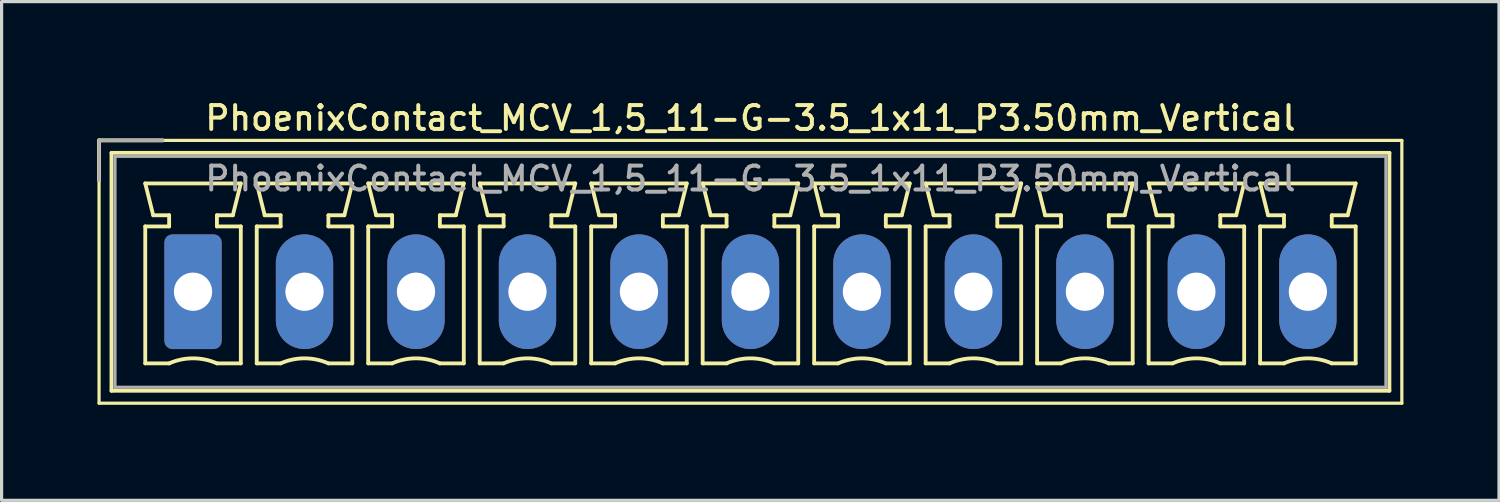
<source format=kicad_pcb>
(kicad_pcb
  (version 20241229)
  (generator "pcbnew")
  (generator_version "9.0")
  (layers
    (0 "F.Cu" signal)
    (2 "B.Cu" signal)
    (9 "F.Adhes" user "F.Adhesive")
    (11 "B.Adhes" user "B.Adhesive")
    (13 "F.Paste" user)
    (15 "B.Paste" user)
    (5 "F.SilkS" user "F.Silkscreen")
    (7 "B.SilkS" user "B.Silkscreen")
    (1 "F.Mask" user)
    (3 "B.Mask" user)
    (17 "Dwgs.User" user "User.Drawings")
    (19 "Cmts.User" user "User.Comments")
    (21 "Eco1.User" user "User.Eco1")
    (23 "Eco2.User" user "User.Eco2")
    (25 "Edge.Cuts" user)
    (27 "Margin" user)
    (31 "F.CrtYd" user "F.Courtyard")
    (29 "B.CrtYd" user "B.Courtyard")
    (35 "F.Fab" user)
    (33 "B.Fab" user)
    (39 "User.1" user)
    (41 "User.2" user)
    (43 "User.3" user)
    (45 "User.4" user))
  (footprint "PhoenixContact_MCV_1,5_11-G-3.5_1x11_P3.50mm_Vertical"
    (layer "F.Cu")
    (at 3.01 6.108)
    (property "Reference" "PhoenixContact_MCV_1,5_11-G-3.5_1x11_P3.50mm_Vertical" (at 17.5 -5.45 0) (layer "F.SilkS") (effects (font (size 0.75 0.75) (thickness 0.125))))
    (attr through_hole)
    (fp_line (start -2.95 -4.75) (end -2.95 3.5) (stroke (width 0.1) (type solid)) (layer "F.SilkS"))
    (fp_line (start -2.95 -4.75) (end -0.95 -4.75) (stroke (width 0.12) (type solid)) (layer "F.SilkS"))
    (fp_line (start -2.95 -3.5) (end -2.95 -4.75) (stroke (width 0.12) (type solid)) (layer "F.SilkS"))
    (fp_line (start -2.95 3.5) (end 37.95 3.5) (stroke (width 0.1) (type solid)) (layer "F.SilkS"))
    (fp_line (start -2.56 -4.36) (end -2.56 3.11) (stroke (width 0.12) (type solid)) (layer "F.SilkS"))
    (fp_line (start -2.56 3.11) (end 37.56 3.11) (stroke (width 0.12) (type solid)) (layer "F.SilkS"))
    (fp_line (start -1.5 -3.4) (end 1.5 -3.4) (stroke (width 0.12) (type solid)) (layer "F.SilkS"))
    (fp_line (start -1.5 -2.05) (end -0.75 -2.05) (stroke (width 0.12) (type solid)) (layer "F.SilkS"))
    (fp_line (start -1.5 2.25) (end -1.5 -2.05) (stroke (width 0.12) (type solid)) (layer "F.SilkS"))
    (fp_line (start -1.25 -2.4) (end -1.5 -3.4) (stroke (width 0.12) (type solid)) (layer "F.SilkS"))
    (fp_line (start -0.75 -2.4) (end -1.25 -2.4) (stroke (width 0.12) (type solid)) (layer "F.SilkS"))
    (fp_line (start -0.75 -2.05) (end -0.75 -2.4) (stroke (width 0.12) (type solid)) (layer "F.SilkS"))
    (fp_line (start -0.75 2.25) (end -1.5 2.25) (stroke (width 0.12) (type solid)) (layer "F.SilkS"))
    (fp_line (start 0.75 -2.4) (end 0.75 -2.05) (stroke (width 0.12) (type solid)) (layer "F.SilkS"))
    (fp_line (start 0.75 -2.05) (end 1.5 -2.05) (stroke (width 0.12) (type solid)) (layer "F.SilkS"))
    (fp_line (start 1.25 -2.4) (end 0.75 -2.4) (stroke (width 0.12) (type solid)) (layer "F.SilkS"))
    (fp_line (start 1.5 -3.4) (end 1.25 -2.4) (stroke (width 0.12) (type solid)) (layer "F.SilkS"))
    (fp_line (start 1.5 -2.05) (end 1.5 2.25) (stroke (width 0.12) (type solid)) (layer "F.SilkS"))
    (fp_line (start 1.5 2.25) (end 0.75 2.25) (stroke (width 0.12) (type solid)) (layer "F.SilkS"))
    (fp_line (start 2 -3.4) (end 5 -3.4) (stroke (width 0.12) (type solid)) (layer "F.SilkS"))
    (fp_line (start 2 -2.05) (end 2.75 -2.05) (stroke (width 0.12) (type solid)) (layer "F.SilkS"))
    (fp_line (start 2 2.25) (end 2 -2.05) (stroke (width 0.12) (type solid)) (layer "F.SilkS"))
    (fp_line (start 2.25 -2.4) (end 2 -3.4) (stroke (width 0.12) (type solid)) (layer "F.SilkS"))
    (fp_line (start 2.75 -2.4) (end 2.25 -2.4) (stroke (width 0.12) (type solid)) (layer "F.SilkS"))
    (fp_line (start 2.75 -2.05) (end 2.75 -2.4) (stroke (width 0.12) (type solid)) (layer "F.SilkS"))
    (fp_line (start 2.75 2.25) (end 2 2.25) (stroke (width 0.12) (type solid)) (layer "F.SilkS"))
    (fp_line (start 4.25 -2.4) (end 4.25 -2.05) (stroke (width 0.12) (type solid)) (layer "F.SilkS"))
    (fp_line (start 4.25 -2.05) (end 5 -2.05) (stroke (width 0.12) (type solid)) (layer "F.SilkS"))
    (fp_line (start 4.75 -2.4) (end 4.25 -2.4) (stroke (width 0.12) (type solid)) (layer "F.SilkS"))
    (fp_line (start 5 -3.4) (end 4.75 -2.4) (stroke (width 0.12) (type solid)) (layer "F.SilkS"))
    (fp_line (start 5 -2.05) (end 5 2.25) (stroke (width 0.12) (type solid)) (layer "F.SilkS"))
    (fp_line (start 5 2.25) (end 4.25 2.25) (stroke (width 0.12) (type solid)) (layer "F.SilkS"))
    (fp_line (start 5.5 -3.4) (end 8.5 -3.4) (stroke (width 0.12) (type solid)) (layer "F.SilkS"))
    (fp_line (start 5.5 -2.05) (end 6.25 -2.05) (stroke (width 0.12) (type solid)) (layer "F.SilkS"))
    (fp_line (start 5.5 2.25) (end 5.5 -2.05) (stroke (width 0.12) (type solid)) (layer "F.SilkS"))
    (fp_line (start 5.75 -2.4) (end 5.5 -3.4) (stroke (width 0.12) (type solid)) (layer "F.SilkS"))
    (fp_line (start 6.25 -2.4) (end 5.75 -2.4) (stroke (width 0.12) (type solid)) (layer "F.SilkS"))
    (fp_line (start 6.25 -2.05) (end 6.25 -2.4) (stroke (width 0.12) (type solid)) (layer "F.SilkS"))
    (fp_line (start 6.25 2.25) (end 5.5 2.25) (stroke (width 0.12) (type solid)) (layer "F.SilkS"))
    (fp_line (start 7.75 -2.4) (end 7.75 -2.05) (stroke (width 0.12) (type solid)) (layer "F.SilkS"))
    (fp_line (start 7.75 -2.05) (end 8.5 -2.05) (stroke (width 0.12) (type solid)) (layer "F.SilkS"))
    (fp_line (start 8.25 -2.4) (end 7.75 -2.4) (stroke (width 0.12) (type solid)) (layer "F.SilkS"))
    (fp_line (start 8.5 -3.4) (end 8.25 -2.4) (stroke (width 0.12) (type solid)) (layer "F.SilkS"))
    (fp_line (start 8.5 -2.05) (end 8.5 2.25) (stroke (width 0.12) (type solid)) (layer "F.SilkS"))
    (fp_line (start 8.5 2.25) (end 7.75 2.25) (stroke (width 0.12) (type solid)) (layer "F.SilkS"))
    (fp_line (start 9 -3.4) (end 12 -3.4) (stroke (width 0.12) (type solid)) (layer "F.SilkS"))
    (fp_line (start 9 -2.05) (end 9.75 -2.05) (stroke (width 0.12) (type solid)) (layer "F.SilkS"))
    (fp_line (start 9 2.25) (end 9 -2.05) (stroke (width 0.12) (type solid)) (layer "F.SilkS"))
    (fp_line (start 9.25 -2.4) (end 9 -3.4) (stroke (width 0.12) (type solid)) (layer "F.SilkS"))
    (fp_line (start 9.75 -2.4) (end 9.25 -2.4) (stroke (width 0.12) (type solid)) (layer "F.SilkS"))
    (fp_line (start 9.75 -2.05) (end 9.75 -2.4) (stroke (width 0.12) (type solid)) (layer "F.SilkS"))
    (fp_line (start 9.75 2.25) (end 9 2.25) (stroke (width 0.12) (type solid)) (layer "F.SilkS"))
    (fp_line (start 11.25 -2.4) (end 11.25 -2.05) (stroke (width 0.12) (type solid)) (layer "F.SilkS"))
    (fp_line (start 11.25 -2.05) (end 12 -2.05) (stroke (width 0.12) (type solid)) (layer "F.SilkS"))
    (fp_line (start 11.75 -2.4) (end 11.25 -2.4) (stroke (width 0.12) (type solid)) (layer "F.SilkS"))
    (fp_line (start 12 -3.4) (end 11.75 -2.4) (stroke (width 0.12) (type solid)) (layer "F.SilkS"))
    (fp_line (start 12 -2.05) (end 12 2.25) (stroke (width 0.12) (type solid)) (layer "F.SilkS"))
    (fp_line (start 12 2.25) (end 11.25 2.25) (stroke (width 0.12) (type solid)) (layer "F.SilkS"))
    (fp_line (start 12.5 -3.4) (end 15.5 -3.4) (stroke (width 0.12) (type solid)) (layer "F.SilkS"))
    (fp_line (start 12.5 -2.05) (end 13.25 -2.05) (stroke (width 0.12) (type solid)) (layer "F.SilkS"))
    (fp_line (start 12.5 2.25) (end 12.5 -2.05) (stroke (width 0.12) (type solid)) (layer "F.SilkS"))
    (fp_line (start 12.75 -2.4) (end 12.5 -3.4) (stroke (width 0.12) (type solid)) (layer "F.SilkS"))
    (fp_line (start 13.25 -2.4) (end 12.75 -2.4) (stroke (width 0.12) (type solid)) (layer "F.SilkS"))
    (fp_line (start 13.25 -2.05) (end 13.25 -2.4) (stroke (width 0.12) (type solid)) (layer "F.SilkS"))
    (fp_line (start 13.25 2.25) (end 12.5 2.25) (stroke (width 0.12) (type solid)) (layer "F.SilkS"))
    (fp_line (start 14.75 -2.4) (end 14.75 -2.05) (stroke (width 0.12) (type solid)) (layer "F.SilkS"))
    (fp_line (start 14.75 -2.05) (end 15.5 -2.05) (stroke (width 0.12) (type solid)) (layer "F.SilkS"))
    (fp_line (start 15.25 -2.4) (end 14.75 -2.4) (stroke (width 0.12) (type solid)) (layer "F.SilkS"))
    (fp_line (start 15.5 -3.4) (end 15.25 -2.4) (stroke (width 0.12) (type solid)) (layer "F.SilkS"))
    (fp_line (start 15.5 -2.05) (end 15.5 2.25) (stroke (width 0.12) (type solid)) (layer "F.SilkS"))
    (fp_line (start 15.5 2.25) (end 14.75 2.25) (stroke (width 0.12) (type solid)) (layer "F.SilkS"))
    (fp_line (start 16 -3.4) (end 19 -3.4) (stroke (width 0.12) (type solid)) (layer "F.SilkS"))
    (fp_line (start 16 -2.05) (end 16.75 -2.05) (stroke (width 0.12) (type solid)) (layer "F.SilkS"))
    (fp_line (start 16 2.25) (end 16 -2.05) (stroke (width 0.12) (type solid)) (layer "F.SilkS"))
    (fp_line (start 16.25 -2.4) (end 16 -3.4) (stroke (width 0.12) (type solid)) (layer "F.SilkS"))
    (fp_line (start 16.75 -2.4) (end 16.25 -2.4) (stroke (width 0.12) (type solid)) (layer "F.SilkS"))
    (fp_line (start 16.75 -2.05) (end 16.75 -2.4) (stroke (width 0.12) (type solid)) (layer "F.SilkS"))
    (fp_line (start 16.75 2.25) (end 16 2.25) (stroke (width 0.12) (type solid)) (layer "F.SilkS"))
    (fp_line (start 18.25 -2.4) (end 18.25 -2.05) (stroke (width 0.12) (type solid)) (layer "F.SilkS"))
    (fp_line (start 18.25 -2.05) (end 19 -2.05) (stroke (width 0.12) (type solid)) (layer "F.SilkS"))
    (fp_line (start 18.75 -2.4) (end 18.25 -2.4) (stroke (width 0.12) (type solid)) (layer "F.SilkS"))
    (fp_line (start 19 -3.4) (end 18.75 -2.4) (stroke (width 0.12) (type solid)) (layer "F.SilkS"))
    (fp_line (start 19 -2.05) (end 19 2.25) (stroke (width 0.12) (type solid)) (layer "F.SilkS"))
    (fp_line (start 19 2.25) (end 18.25 2.25) (stroke (width 0.12) (type solid)) (layer "F.SilkS"))
    (fp_line (start 19.5 -3.4) (end 22.5 -3.4) (stroke (width 0.12) (type solid)) (layer "F.SilkS"))
    (fp_line (start 19.5 -2.05) (end 20.25 -2.05) (stroke (width 0.12) (type solid)) (layer "F.SilkS"))
    (fp_line (start 19.5 2.25) (end 19.5 -2.05) (stroke (width 0.12) (type solid)) (layer "F.SilkS"))
    (fp_line (start 19.75 -2.4) (end 19.5 -3.4) (stroke (width 0.12) (type solid)) (layer "F.SilkS"))
    (fp_line (start 20.25 -2.4) (end 19.75 -2.4) (stroke (width 0.12) (type solid)) (layer "F.SilkS"))
    (fp_line (start 20.25 -2.05) (end 20.25 -2.4) (stroke (width 0.12) (type solid)) (layer "F.SilkS"))
    (fp_line (start 20.25 2.25) (end 19.5 2.25) (stroke (width 0.12) (type solid)) (layer "F.SilkS"))
    (fp_line (start 21.75 -2.4) (end 21.75 -2.05) (stroke (width 0.12) (type solid)) (layer "F.SilkS"))
    (fp_line (start 21.75 -2.05) (end 22.5 -2.05) (stroke (width 0.12) (type solid)) (layer "F.SilkS"))
    (fp_line (start 22.25 -2.4) (end 21.75 -2.4) (stroke (width 0.12) (type solid)) (layer "F.SilkS"))
    (fp_line (start 22.5 -3.4) (end 22.25 -2.4) (stroke (width 0.12) (type solid)) (layer "F.SilkS"))
    (fp_line (start 22.5 -2.05) (end 22.5 2.25) (stroke (width 0.12) (type solid)) (layer "F.SilkS"))
    (fp_line (start 22.5 2.25) (end 21.75 2.25) (stroke (width 0.12) (type solid)) (layer "F.SilkS"))
    (fp_line (start 23 -3.4) (end 26 -3.4) (stroke (width 0.12) (type solid)) (layer "F.SilkS"))
    (fp_line (start 23 -2.05) (end 23.75 -2.05) (stroke (width 0.12) (type solid)) (layer "F.SilkS"))
    (fp_line (start 23 2.25) (end 23 -2.05) (stroke (width 0.12) (type solid)) (layer "F.SilkS"))
    (fp_line (start 23.25 -2.4) (end 23 -3.4) (stroke (width 0.12) (type solid)) (layer "F.SilkS"))
    (fp_line (start 23.75 -2.4) (end 23.25 -2.4) (stroke (width 0.12) (type solid)) (layer "F.SilkS"))
    (fp_line (start 23.75 -2.05) (end 23.75 -2.4) (stroke (width 0.12) (type solid)) (layer "F.SilkS"))
    (fp_line (start 23.75 2.25) (end 23 2.25) (stroke (width 0.12) (type solid)) (layer "F.SilkS"))
    (fp_line (start 25.25 -2.4) (end 25.25 -2.05) (stroke (width 0.12) (type solid)) (layer "F.SilkS"))
    (fp_line (start 25.25 -2.05) (end 26 -2.05) (stroke (width 0.12) (type solid)) (layer "F.SilkS"))
    (fp_line (start 25.75 -2.4) (end 25.25 -2.4) (stroke (width 0.12) (type solid)) (layer "F.SilkS"))
    (fp_line (start 26 -3.4) (end 25.75 -2.4) (stroke (width 0.12) (type solid)) (layer "F.SilkS"))
    (fp_line (start 26 -2.05) (end 26 2.25) (stroke (width 0.12) (type solid)) (layer "F.SilkS"))
    (fp_line (start 26 2.25) (end 25.25 2.25) (stroke (width 0.12) (type solid)) (layer "F.SilkS"))
    (fp_line (start 26.5 -3.4) (end 29.5 -3.4) (stroke (width 0.12) (type solid)) (layer "F.SilkS"))
    (fp_line (start 26.5 -2.05) (end 27.25 -2.05) (stroke (width 0.12) (type solid)) (layer "F.SilkS"))
    (fp_line (start 26.5 2.25) (end 26.5 -2.05) (stroke (width 0.12) (type solid)) (layer "F.SilkS"))
    (fp_line (start 26.75 -2.4) (end 26.5 -3.4) (stroke (width 0.12) (type solid)) (layer "F.SilkS"))
    (fp_line (start 27.25 -2.4) (end 26.75 -2.4) (stroke (width 0.12) (type solid)) (layer "F.SilkS"))
    (fp_line (start 27.25 -2.05) (end 27.25 -2.4) (stroke (width 0.12) (type solid)) (layer "F.SilkS"))
    (fp_line (start 27.25 2.25) (end 26.5 2.25) (stroke (width 0.12) (type solid)) (layer "F.SilkS"))
    (fp_line (start 28.75 -2.4) (end 28.75 -2.05) (stroke (width 0.12) (type solid)) (layer "F.SilkS"))
    (fp_line (start 28.75 -2.05) (end 29.5 -2.05) (stroke (width 0.12) (type solid)) (layer "F.SilkS"))
    (fp_line (start 29.25 -2.4) (end 28.75 -2.4) (stroke (width 0.12) (type solid)) (layer "F.SilkS"))
    (fp_line (start 29.5 -3.4) (end 29.25 -2.4) (stroke (width 0.12) (type solid)) (layer "F.SilkS"))
    (fp_line (start 29.5 -2.05) (end 29.5 2.25) (stroke (width 0.12) (type solid)) (layer "F.SilkS"))
    (fp_line (start 29.5 2.25) (end 28.75 2.25) (stroke (width 0.12) (type solid)) (layer "F.SilkS"))
    (fp_line (start 30 -3.4) (end 33 -3.4) (stroke (width 0.12) (type solid)) (layer "F.SilkS"))
    (fp_line (start 30 -2.05) (end 30.75 -2.05) (stroke (width 0.12) (type solid)) (layer "F.SilkS"))
    (fp_line (start 30 2.25) (end 30 -2.05) (stroke (width 0.12) (type solid)) (layer "F.SilkS"))
    (fp_line (start 30.25 -2.4) (end 30 -3.4) (stroke (width 0.12) (type solid)) (layer "F.SilkS"))
    (fp_line (start 30.75 -2.4) (end 30.25 -2.4) (stroke (width 0.12) (type solid)) (layer "F.SilkS"))
    (fp_line (start 30.75 -2.05) (end 30.75 -2.4) (stroke (width 0.12) (type solid)) (layer "F.SilkS"))
    (fp_line (start 30.75 2.25) (end 30 2.25) (stroke (width 0.12) (type solid)) (layer "F.SilkS"))
    (fp_line (start 32.25 -2.4) (end 32.25 -2.05) (stroke (width 0.12) (type solid)) (layer "F.SilkS"))
    (fp_line (start 32.25 -2.05) (end 33 -2.05) (stroke (width 0.12) (type solid)) (layer "F.SilkS"))
    (fp_line (start 32.75 -2.4) (end 32.25 -2.4) (stroke (width 0.12) (type solid)) (layer "F.SilkS"))
    (fp_line (start 33 -3.4) (end 32.75 -2.4) (stroke (width 0.12) (type solid)) (layer "F.SilkS"))
    (fp_line (start 33 -2.05) (end 33 2.25) (stroke (width 0.12) (type solid)) (layer "F.SilkS"))
    (fp_line (start 33 2.25) (end 32.25 2.25) (stroke (width 0.12) (type solid)) (layer "F.SilkS"))
    (fp_line (start 33.5 -3.4) (end 36.5 -3.4) (stroke (width 0.12) (type solid)) (layer "F.SilkS"))
    (fp_line (start 33.5 -2.05) (end 34.25 -2.05) (stroke (width 0.12) (type solid)) (layer "F.SilkS"))
    (fp_line (start 33.5 2.25) (end 33.5 -2.05) (stroke (width 0.12) (type solid)) (layer "F.SilkS"))
    (fp_line (start 33.75 -2.4) (end 33.5 -3.4) (stroke (width 0.12) (type solid)) (layer "F.SilkS"))
    (fp_line (start 34.25 -2.4) (end 33.75 -2.4) (stroke (width 0.12) (type solid)) (layer "F.SilkS"))
    (fp_line (start 34.25 -2.05) (end 34.25 -2.4) (stroke (width 0.12) (type solid)) (layer "F.SilkS"))
    (fp_line (start 34.25 2.25) (end 33.5 2.25) (stroke (width 0.12) (type solid)) (layer "F.SilkS"))
    (fp_line (start 35.75 -2.4) (end 35.75 -2.05) (stroke (width 0.12) (type solid)) (layer "F.SilkS"))
    (fp_line (start 35.75 -2.05) (end 36.5 -2.05) (stroke (width 0.12) (type solid)) (layer "F.SilkS"))
    (fp_line (start 36.25 -2.4) (end 35.75 -2.4) (stroke (width 0.12) (type solid)) (layer "F.SilkS"))
    (fp_line (start 36.5 -3.4) (end 36.25 -2.4) (stroke (width 0.12) (type solid)) (layer "F.SilkS"))
    (fp_line (start 36.5 -2.05) (end 36.5 2.25) (stroke (width 0.12) (type solid)) (layer "F.SilkS"))
    (fp_line (start 36.5 2.25) (end 35.75 2.25) (stroke (width 0.12) (type solid)) (layer "F.SilkS"))
    (fp_line (start 37.56 -4.36) (end -2.56 -4.36) (stroke (width 0.12) (type solid)) (layer "F.SilkS"))
    (fp_line (start 37.56 3.11) (end 37.56 -4.36) (stroke (width 0.12) (type solid)) (layer "F.SilkS"))
    (fp_line (start 37.95 -4.75) (end -2.95 -4.75) (stroke (width 0.1) (type solid)) (layer "F.SilkS"))
    (fp_line (start 37.95 3.5) (end 37.95 -4.75) (stroke (width 0.1) (type solid)) (layer "F.SilkS"))
    (fp_arc (start -0.75 2.25) (mid -0.000193 2.09191) (end 0.749647 2.249844) (stroke (width 0.12) (type solid)) (layer "F.SilkS"))
    (fp_arc (start 2.75 2.25) (mid 3.499807 2.09191) (end 4.249647 2.249844) (stroke (width 0.12) (type solid)) (layer "F.SilkS"))
    (fp_arc (start 6.25 2.25) (mid 6.999807 2.09191) (end 7.749647 2.249844) (stroke (width 0.12) (type solid)) (layer "F.SilkS"))
    (fp_arc (start 9.75 2.25) (mid 10.499807 2.09191) (end 11.249647 2.249844) (stroke (width 0.12) (type solid)) (layer "F.SilkS"))
    (fp_arc (start 13.25 2.25) (mid 13.999807 2.09191) (end 14.749647 2.249844) (stroke (width 0.12) (type solid)) (layer "F.SilkS"))
    (fp_arc (start 16.75 2.25) (mid 17.499807 2.09191) (end 18.249647 2.249844) (stroke (width 0.12) (type solid)) (layer "F.SilkS"))
    (fp_arc (start 20.25 2.25) (mid 20.999807 2.09191) (end 21.749647 2.249844) (stroke (width 0.12) (type solid)) (layer "F.SilkS"))
    (fp_arc (start 23.75 2.25) (mid 24.499807 2.09191) (end 25.249647 2.249844) (stroke (width 0.12) (type solid)) (layer "F.SilkS"))
    (fp_arc (start 27.25 2.25) (mid 27.999807 2.09191) (end 28.749647 2.249844) (stroke (width 0.12) (type solid)) (layer "F.SilkS"))
    (fp_arc (start 30.75 2.25) (mid 31.499807 2.09191) (end 32.249647 2.249844) (stroke (width 0.12) (type solid)) (layer "F.SilkS"))
    (fp_arc (start 34.25 2.25) (mid 34.999807 2.09191) (end 35.749647 2.249844) (stroke (width 0.12) (type solid)) (layer "F.SilkS"))
    (fp_line (start -2.95 -4.75) (end -0.95 -4.75) (stroke (width 0.1) (type solid)) (layer "F.Fab"))
    (fp_line (start -2.95 -3.5) (end -2.95 -4.75) (stroke (width 0.1) (type solid)) (layer "F.Fab"))
    (fp_line (start -2.45 -4.25) (end -2.45 3) (stroke (width 0.1) (type solid)) (layer "F.Fab"))
    (fp_line (start -2.45 3) (end 37.45 3) (stroke (width 0.1) (type solid)) (layer "F.Fab"))
    (fp_line (start 37.45 -4.25) (end -2.45 -4.25) (stroke (width 0.1) (type solid)) (layer "F.Fab"))
    (fp_line (start 37.45 3) (end 37.45 -4.25) (stroke (width 0.1) (type solid)) (layer "F.Fab"))
    (fp_text user "${REFERENCE}" (at 17.5 -3.55 0) (layer "F.Fab") (effects (font (size 0.75 0.75) (thickness 0.125))))
    (pad "1" thru_hole roundrect (at 0 0) (size 1.8 3.6) (drill 1.2) (layers "*.Cu" "*.Mask") (roundrect_rratio 0.139))
    (pad "2" thru_hole oval (at 3.5 0) (size 1.8 3.6) (drill 1.2) (layers "*.Cu" "*.Mask"))
    (pad "3" thru_hole oval (at 7 0) (size 1.8 3.6) (drill 1.2) (layers "*.Cu" "*.Mask"))
    (pad "4" thru_hole oval (at 10.5 0) (size 1.8 3.6) (drill 1.2) (layers "*.Cu" "*.Mask"))
    (pad "5" thru_hole oval (at 14 0) (size 1.8 3.6) (drill 1.2) (layers "*.Cu" "*.Mask"))
    (pad "6" thru_hole oval (at 17.5 0) (size 1.8 3.6) (drill 1.2) (layers "*.Cu" "*.Mask"))
    (pad "7" thru_hole oval (at 21 0) (size 1.8 3.6) (drill 1.2) (layers "*.Cu" "*.Mask"))
    (pad "8" thru_hole oval (at 24.5 0) (size 1.8 3.6) (drill 1.2) (layers "*.Cu" "*.Mask"))
    (pad "9" thru_hole oval (at 28 0) (size 1.8 3.6) (drill 1.2) (layers "*.Cu" "*.Mask"))
    (pad "10" thru_hole oval (at 31.5 0) (size 1.8 3.6) (drill 1.2) (layers "*.Cu" "*.Mask"))
    (pad "11" thru_hole oval (at 35 0) (size 1.8 3.6) (drill 1.2) (layers "*.Cu" "*.Mask")))
  (gr_rect
    (start -3 -3)
    (end 44.01 12.658)
    (stroke (width 0.1) (type default))
    (fill no)
    (layer "Edge.Cuts")))
</source>
